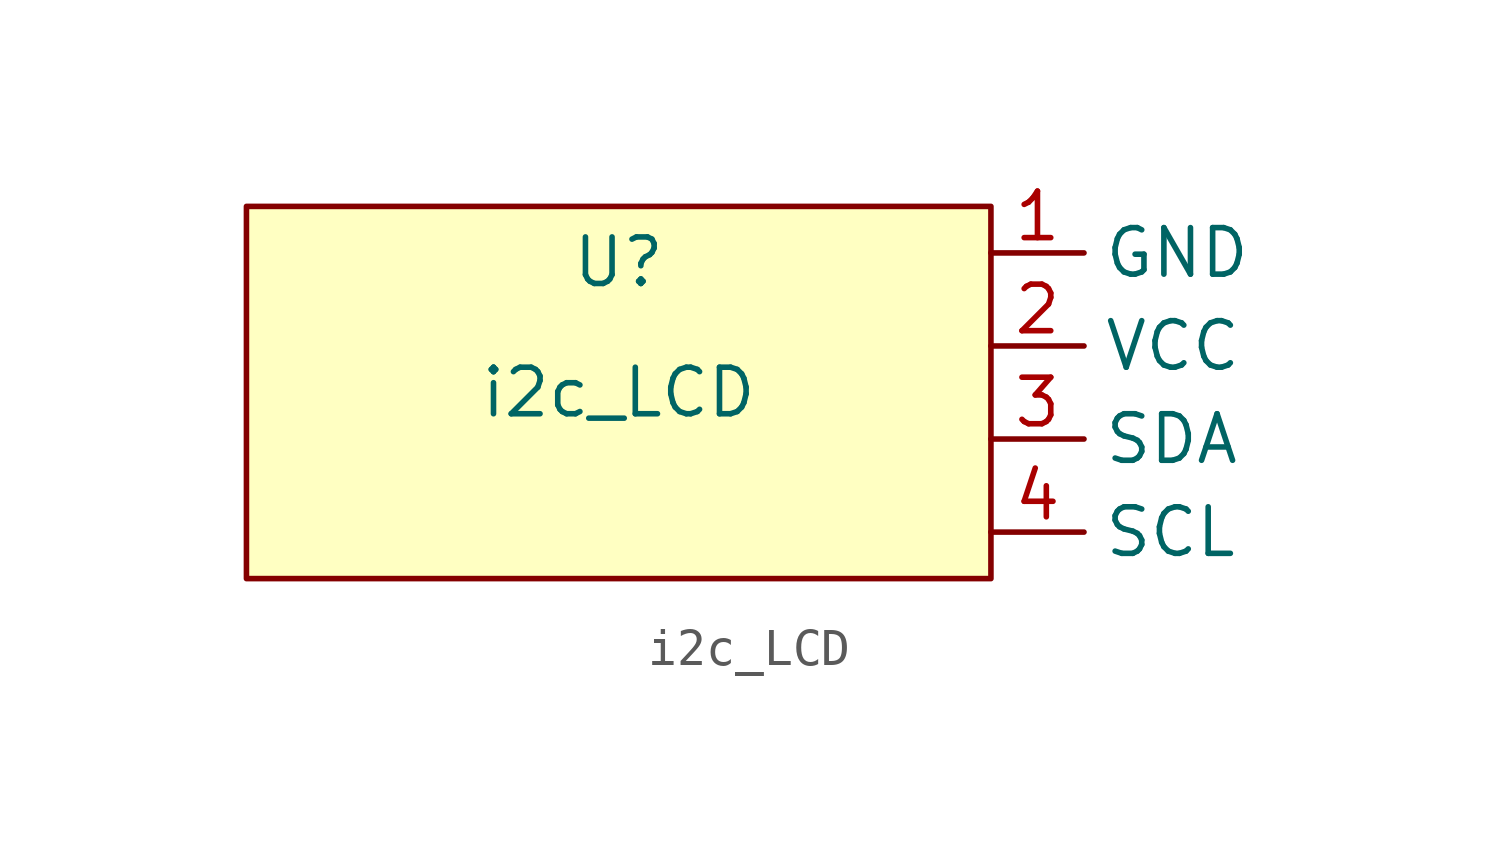
<source format=kicad_sym>
(kicad_symbol_lib
  (version 20241209)
  (generator "kicad_symbol_editor")
  (generator_version "9.0")
  (symbol "i2c_LCD"
    (property "Reference" "U"
      (at 0 3.556 0)
      (effects (font (size 1.27 1.27))))
    (property "Value" "i2c_LCD"
      (at 0 0 0)
      (effects (font (size 1.27 1.27))))
    (symbol "i2c_LCD_1_1"
      (rectangle (start -10.16 5.08) (end 10.16 -5.08) (stroke (width 0) (type solid)) (fill (type background)))
      (pin input line (at 10.16 3.81 0) (length 2.54) (name "GND" (effects (font (size 1.27 1.27)))) (number "1" (effects (font (size 1.27 1.27)))))
      (pin input line (at 10.16 1.27 0) (length 2.54) (name "VCC" (effects (font (size 1.27 1.27)))) (number "2" (effects (font (size 1.27 1.27)))))
      (pin input line (at 10.16 -1.27 0) (length 2.54) (name "SDA" (effects (font (size 1.27 1.27)))) (number "3" (effects (font (size 1.27 1.27)))))
      (pin input line (at 10.16 -3.81 0) (length 2.54) (name "SCL" (effects (font (size 1.27 1.27)))) (number "4" (effects (font (size 1.27 1.27))))))))
</source>
